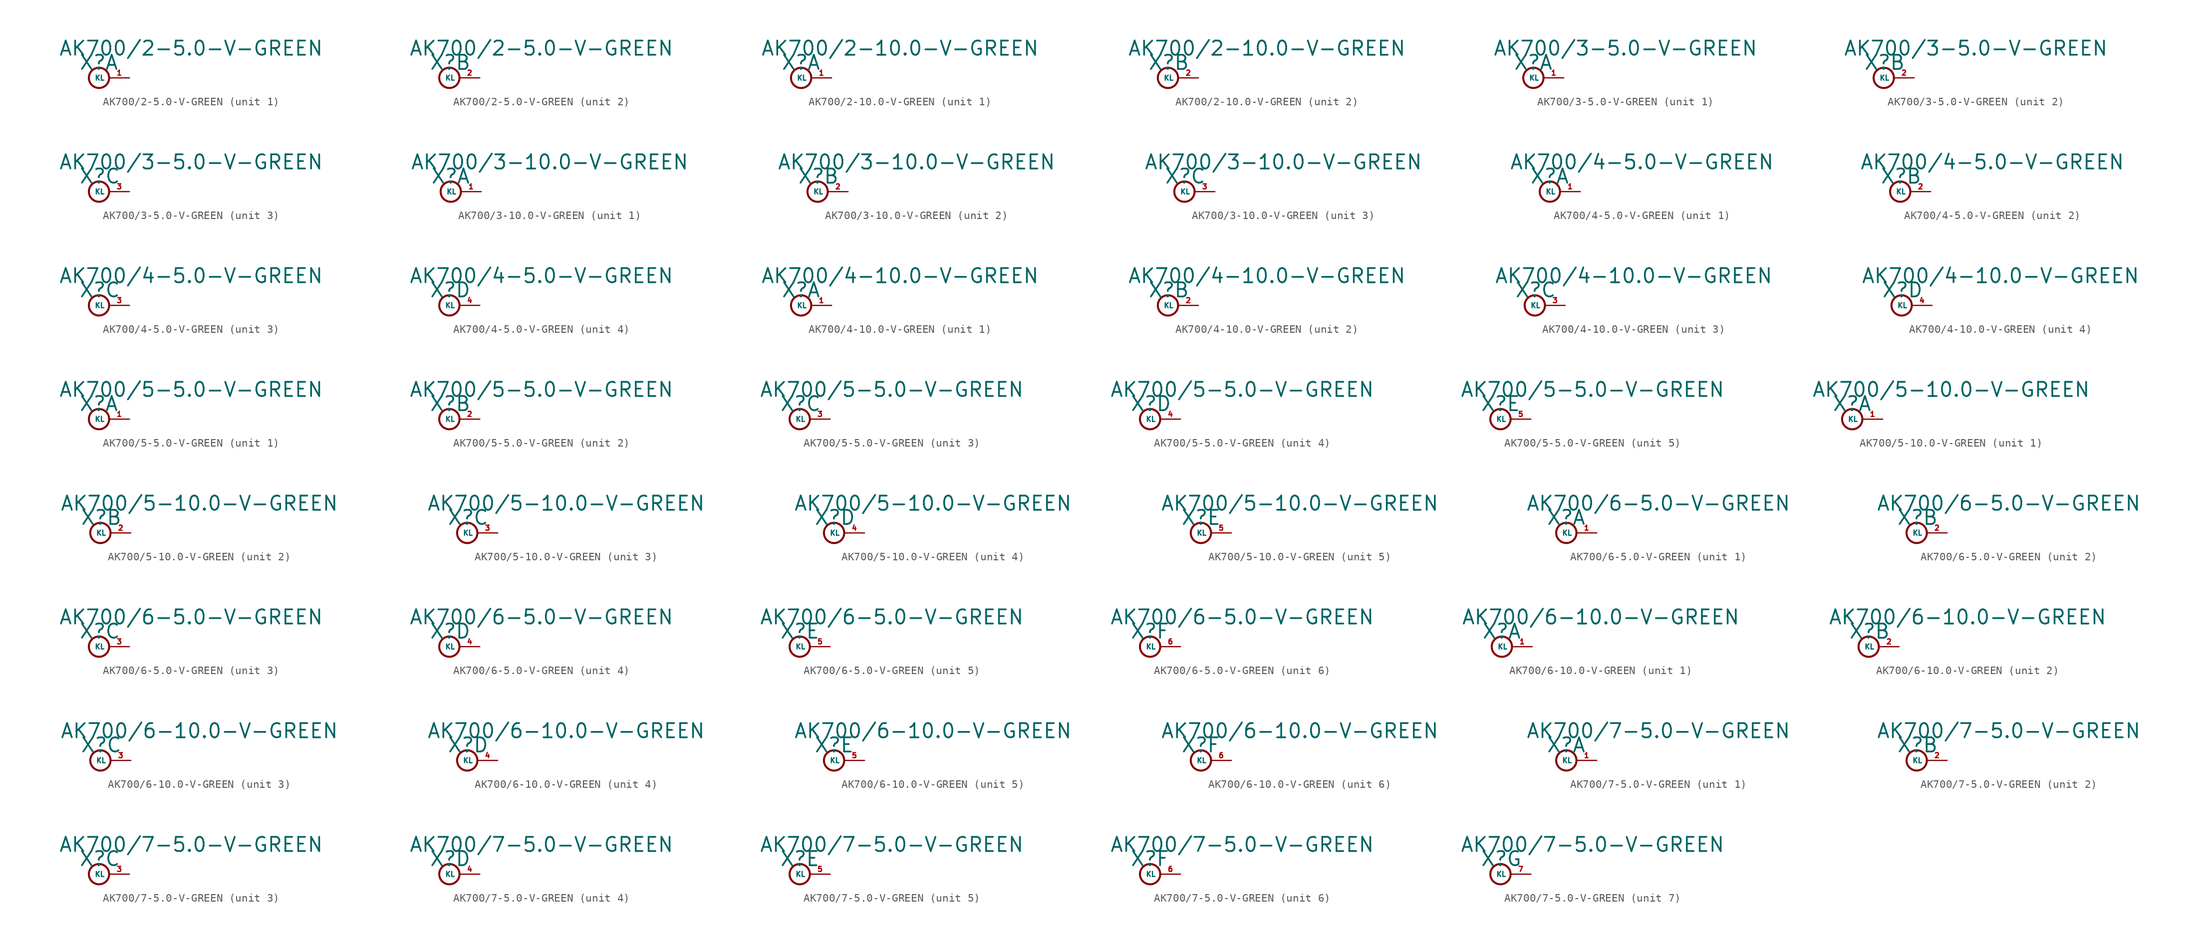
<source format=kicad_sym>
(kicad_symbol_lib
  (version 20220914)
  (generator Eagle2Kicad)
  (symbol "AK700/2-5.0-V-GREEN"
    (property "Reference" "X"
      (at -1.27 0.889 0)
      (effects (font (size 1.778 1.778) (thickness 0.22)) (justify left bottom)))
    (property "Value" "AK700/2-5.0-V-GREEN"
      (at -3.81 2.667 0)
      (effects (font (size 1.778 1.778) (thickness 0.22)) (justify left bottom)))
    (symbol "AK700/2-5.0-V-GREEN_1_0"
      (circle (center 1.27 0) (radius 1.27) (stroke (width 0.254) (type default)) (fill (type none)))
      (pin passive line (at 5.08 0 180) (length 2.54) (name "KL" (effects (font (size 0.635 0.635) (thickness 0.08)) (justify left bottom))) (number "1" (effects (font (size 0.635 0.635) (thickness 0.08)) (justify left bottom)))))
    (symbol "AK700/2-5.0-V-GREEN_2_0"
      (circle (center 1.27 0) (radius 1.27) (stroke (width 0.254) (type default)) (fill (type none)))
      (pin passive line (at 5.08 0 180) (length 2.54) (name "KL" (effects (font (size 0.635 0.635) (thickness 0.08)) (justify left bottom))) (number "2" (effects (font (size 0.635 0.635) (thickness 0.08)) (justify left bottom))))))
  (symbol "AK700/2-10.0-V-GREEN"
    (property "Reference" "X"
      (at -1.27 0.889 0)
      (effects (font (size 1.778 1.778) (thickness 0.22)) (justify left bottom)))
    (property "Value" "AK700/2-10.0-V-GREEN"
      (at -3.81 2.667 0)
      (effects (font (size 1.778 1.778) (thickness 0.22)) (justify left bottom)))
    (symbol "AK700/2-10.0-V-GREEN_1_0"
      (circle (center 1.27 0) (radius 1.27) (stroke (width 0.254) (type default)) (fill (type none)))
      (pin passive line (at 5.08 0 180) (length 2.54) (name "KL" (effects (font (size 0.635 0.635) (thickness 0.08)) (justify left bottom))) (number "1" (effects (font (size 0.635 0.635) (thickness 0.08)) (justify left bottom)))))
    (symbol "AK700/2-10.0-V-GREEN_2_0"
      (circle (center 1.27 0) (radius 1.27) (stroke (width 0.254) (type default)) (fill (type none)))
      (pin passive line (at 5.08 0 180) (length 2.54) (name "KL" (effects (font (size 0.635 0.635) (thickness 0.08)) (justify left bottom))) (number "2" (effects (font (size 0.635 0.635) (thickness 0.08)) (justify left bottom))))))
  (symbol "AK700/3-5.0-V-GREEN"
    (property "Reference" "X"
      (at -1.27 0.889 0)
      (effects (font (size 1.778 1.778) (thickness 0.22)) (justify left bottom)))
    (property "Value" "AK700/3-5.0-V-GREEN"
      (at -3.81 2.667 0)
      (effects (font (size 1.778 1.778) (thickness 0.22)) (justify left bottom)))
    (symbol "AK700/3-5.0-V-GREEN_1_0"
      (circle (center 1.27 0) (radius 1.27) (stroke (width 0.254) (type default)) (fill (type none)))
      (pin passive line (at 5.08 0 180) (length 2.54) (name "KL" (effects (font (size 0.635 0.635) (thickness 0.08)) (justify left bottom))) (number "1" (effects (font (size 0.635 0.635) (thickness 0.08)) (justify left bottom)))))
    (symbol "AK700/3-5.0-V-GREEN_2_0"
      (circle (center 1.27 0) (radius 1.27) (stroke (width 0.254) (type default)) (fill (type none)))
      (pin passive line (at 5.08 0 180) (length 2.54) (name "KL" (effects (font (size 0.635 0.635) (thickness 0.08)) (justify left bottom))) (number "2" (effects (font (size 0.635 0.635) (thickness 0.08)) (justify left bottom)))))
    (symbol "AK700/3-5.0-V-GREEN_3_0"
      (circle (center 1.27 0) (radius 1.27) (stroke (width 0.254) (type default)) (fill (type none)))
      (pin passive line (at 5.08 0 180) (length 2.54) (name "KL" (effects (font (size 0.635 0.635) (thickness 0.08)) (justify left bottom))) (number "3" (effects (font (size 0.635 0.635) (thickness 0.08)) (justify left bottom))))))
  (symbol "AK700/3-10.0-V-GREEN"
    (property "Reference" "X"
      (at -1.27 0.889 0)
      (effects (font (size 1.778 1.778) (thickness 0.22)) (justify left bottom)))
    (property "Value" "AK700/3-10.0-V-GREEN"
      (at -3.81 2.667 0)
      (effects (font (size 1.778 1.778) (thickness 0.22)) (justify left bottom)))
    (symbol "AK700/3-10.0-V-GREEN_1_0"
      (circle (center 1.27 0) (radius 1.27) (stroke (width 0.254) (type default)) (fill (type none)))
      (pin passive line (at 5.08 0 180) (length 2.54) (name "KL" (effects (font (size 0.635 0.635) (thickness 0.08)) (justify left bottom))) (number "1" (effects (font (size 0.635 0.635) (thickness 0.08)) (justify left bottom)))))
    (symbol "AK700/3-10.0-V-GREEN_2_0"
      (circle (center 1.27 0) (radius 1.27) (stroke (width 0.254) (type default)) (fill (type none)))
      (pin passive line (at 5.08 0 180) (length 2.54) (name "KL" (effects (font (size 0.635 0.635) (thickness 0.08)) (justify left bottom))) (number "2" (effects (font (size 0.635 0.635) (thickness 0.08)) (justify left bottom)))))
    (symbol "AK700/3-10.0-V-GREEN_3_0"
      (circle (center 1.27 0) (radius 1.27) (stroke (width 0.254) (type default)) (fill (type none)))
      (pin passive line (at 5.08 0 180) (length 2.54) (name "KL" (effects (font (size 0.635 0.635) (thickness 0.08)) (justify left bottom))) (number "3" (effects (font (size 0.635 0.635) (thickness 0.08)) (justify left bottom))))))
  (symbol "AK700/4-5.0-V-GREEN"
    (property "Reference" "X"
      (at -1.27 0.889 0)
      (effects (font (size 1.778 1.778) (thickness 0.22)) (justify left bottom)))
    (property "Value" "AK700/4-5.0-V-GREEN"
      (at -3.81 2.667 0)
      (effects (font (size 1.778 1.778) (thickness 0.22)) (justify left bottom)))
    (symbol "AK700/4-5.0-V-GREEN_1_0"
      (circle (center 1.27 0) (radius 1.27) (stroke (width 0.254) (type default)) (fill (type none)))
      (pin passive line (at 5.08 0 180) (length 2.54) (name "KL" (effects (font (size 0.635 0.635) (thickness 0.08)) (justify left bottom))) (number "1" (effects (font (size 0.635 0.635) (thickness 0.08)) (justify left bottom)))))
    (symbol "AK700/4-5.0-V-GREEN_2_0"
      (circle (center 1.27 0) (radius 1.27) (stroke (width 0.254) (type default)) (fill (type none)))
      (pin passive line (at 5.08 0 180) (length 2.54) (name "KL" (effects (font (size 0.635 0.635) (thickness 0.08)) (justify left bottom))) (number "2" (effects (font (size 0.635 0.635) (thickness 0.08)) (justify left bottom)))))
    (symbol "AK700/4-5.0-V-GREEN_3_0"
      (circle (center 1.27 0) (radius 1.27) (stroke (width 0.254) (type default)) (fill (type none)))
      (pin passive line (at 5.08 0 180) (length 2.54) (name "KL" (effects (font (size 0.635 0.635) (thickness 0.08)) (justify left bottom))) (number "3" (effects (font (size 0.635 0.635) (thickness 0.08)) (justify left bottom)))))
    (symbol "AK700/4-5.0-V-GREEN_4_0"
      (circle (center 1.27 0) (radius 1.27) (stroke (width 0.254) (type default)) (fill (type none)))
      (pin passive line (at 5.08 0 180) (length 2.54) (name "KL" (effects (font (size 0.635 0.635) (thickness 0.08)) (justify left bottom))) (number "4" (effects (font (size 0.635 0.635) (thickness 0.08)) (justify left bottom))))))
  (symbol "AK700/4-10.0-V-GREEN"
    (property "Reference" "X"
      (at -1.27 0.889 0)
      (effects (font (size 1.778 1.778) (thickness 0.22)) (justify left bottom)))
    (property "Value" "AK700/4-10.0-V-GREEN"
      (at -3.81 2.667 0)
      (effects (font (size 1.778 1.778) (thickness 0.22)) (justify left bottom)))
    (symbol "AK700/4-10.0-V-GREEN_1_0"
      (circle (center 1.27 0) (radius 1.27) (stroke (width 0.254) (type default)) (fill (type none)))
      (pin passive line (at 5.08 0 180) (length 2.54) (name "KL" (effects (font (size 0.635 0.635) (thickness 0.08)) (justify left bottom))) (number "1" (effects (font (size 0.635 0.635) (thickness 0.08)) (justify left bottom)))))
    (symbol "AK700/4-10.0-V-GREEN_2_0"
      (circle (center 1.27 0) (radius 1.27) (stroke (width 0.254) (type default)) (fill (type none)))
      (pin passive line (at 5.08 0 180) (length 2.54) (name "KL" (effects (font (size 0.635 0.635) (thickness 0.08)) (justify left bottom))) (number "2" (effects (font (size 0.635 0.635) (thickness 0.08)) (justify left bottom)))))
    (symbol "AK700/4-10.0-V-GREEN_3_0"
      (circle (center 1.27 0) (radius 1.27) (stroke (width 0.254) (type default)) (fill (type none)))
      (pin passive line (at 5.08 0 180) (length 2.54) (name "KL" (effects (font (size 0.635 0.635) (thickness 0.08)) (justify left bottom))) (number "3" (effects (font (size 0.635 0.635) (thickness 0.08)) (justify left bottom)))))
    (symbol "AK700/4-10.0-V-GREEN_4_0"
      (circle (center 1.27 0) (radius 1.27) (stroke (width 0.254) (type default)) (fill (type none)))
      (pin passive line (at 5.08 0 180) (length 2.54) (name "KL" (effects (font (size 0.635 0.635) (thickness 0.08)) (justify left bottom))) (number "4" (effects (font (size 0.635 0.635) (thickness 0.08)) (justify left bottom))))))
  (symbol "AK700/5-5.0-V-GREEN"
    (property "Reference" "X"
      (at -1.27 0.889 0)
      (effects (font (size 1.778 1.778) (thickness 0.22)) (justify left bottom)))
    (property "Value" "AK700/5-5.0-V-GREEN"
      (at -3.81 2.667 0)
      (effects (font (size 1.778 1.778) (thickness 0.22)) (justify left bottom)))
    (symbol "AK700/5-5.0-V-GREEN_1_0"
      (circle (center 1.27 0) (radius 1.27) (stroke (width 0.254) (type default)) (fill (type none)))
      (pin passive line (at 5.08 0 180) (length 2.54) (name "KL" (effects (font (size 0.635 0.635) (thickness 0.08)) (justify left bottom))) (number "1" (effects (font (size 0.635 0.635) (thickness 0.08)) (justify left bottom)))))
    (symbol "AK700/5-5.0-V-GREEN_2_0"
      (circle (center 1.27 0) (radius 1.27) (stroke (width 0.254) (type default)) (fill (type none)))
      (pin passive line (at 5.08 0 180) (length 2.54) (name "KL" (effects (font (size 0.635 0.635) (thickness 0.08)) (justify left bottom))) (number "2" (effects (font (size 0.635 0.635) (thickness 0.08)) (justify left bottom)))))
    (symbol "AK700/5-5.0-V-GREEN_3_0"
      (circle (center 1.27 0) (radius 1.27) (stroke (width 0.254) (type default)) (fill (type none)))
      (pin passive line (at 5.08 0 180) (length 2.54) (name "KL" (effects (font (size 0.635 0.635) (thickness 0.08)) (justify left bottom))) (number "3" (effects (font (size 0.635 0.635) (thickness 0.08)) (justify left bottom)))))
    (symbol "AK700/5-5.0-V-GREEN_4_0"
      (circle (center 1.27 0) (radius 1.27) (stroke (width 0.254) (type default)) (fill (type none)))
      (pin passive line (at 5.08 0 180) (length 2.54) (name "KL" (effects (font (size 0.635 0.635) (thickness 0.08)) (justify left bottom))) (number "4" (effects (font (size 0.635 0.635) (thickness 0.08)) (justify left bottom)))))
    (symbol "AK700/5-5.0-V-GREEN_5_0"
      (circle (center 1.27 0) (radius 1.27) (stroke (width 0.254) (type default)) (fill (type none)))
      (pin passive line (at 5.08 0 180) (length 2.54) (name "KL" (effects (font (size 0.635 0.635) (thickness 0.08)) (justify left bottom))) (number "5" (effects (font (size 0.635 0.635) (thickness 0.08)) (justify left bottom))))))
  (symbol "AK700/5-10.0-V-GREEN"
    (property "Reference" "X"
      (at -1.27 0.889 0)
      (effects (font (size 1.778 1.778) (thickness 0.22)) (justify left bottom)))
    (property "Value" "AK700/5-10.0-V-GREEN"
      (at -3.81 2.667 0)
      (effects (font (size 1.778 1.778) (thickness 0.22)) (justify left bottom)))
    (symbol "AK700/5-10.0-V-GREEN_1_0"
      (circle (center 1.27 0) (radius 1.27) (stroke (width 0.254) (type default)) (fill (type none)))
      (pin passive line (at 5.08 0 180) (length 2.54) (name "KL" (effects (font (size 0.635 0.635) (thickness 0.08)) (justify left bottom))) (number "1" (effects (font (size 0.635 0.635) (thickness 0.08)) (justify left bottom)))))
    (symbol "AK700/5-10.0-V-GREEN_2_0"
      (circle (center 1.27 0) (radius 1.27) (stroke (width 0.254) (type default)) (fill (type none)))
      (pin passive line (at 5.08 0 180) (length 2.54) (name "KL" (effects (font (size 0.635 0.635) (thickness 0.08)) (justify left bottom))) (number "2" (effects (font (size 0.635 0.635) (thickness 0.08)) (justify left bottom)))))
    (symbol "AK700/5-10.0-V-GREEN_3_0"
      (circle (center 1.27 0) (radius 1.27) (stroke (width 0.254) (type default)) (fill (type none)))
      (pin passive line (at 5.08 0 180) (length 2.54) (name "KL" (effects (font (size 0.635 0.635) (thickness 0.08)) (justify left bottom))) (number "3" (effects (font (size 0.635 0.635) (thickness 0.08)) (justify left bottom)))))
    (symbol "AK700/5-10.0-V-GREEN_4_0"
      (circle (center 1.27 0) (radius 1.27) (stroke (width 0.254) (type default)) (fill (type none)))
      (pin passive line (at 5.08 0 180) (length 2.54) (name "KL" (effects (font (size 0.635 0.635) (thickness 0.08)) (justify left bottom))) (number "4" (effects (font (size 0.635 0.635) (thickness 0.08)) (justify left bottom)))))
    (symbol "AK700/5-10.0-V-GREEN_5_0"
      (circle (center 1.27 0) (radius 1.27) (stroke (width 0.254) (type default)) (fill (type none)))
      (pin passive line (at 5.08 0 180) (length 2.54) (name "KL" (effects (font (size 0.635 0.635) (thickness 0.08)) (justify left bottom))) (number "5" (effects (font (size 0.635 0.635) (thickness 0.08)) (justify left bottom))))))
  (symbol "AK700/6-5.0-V-GREEN"
    (property "Reference" "X"
      (at -1.27 0.889 0)
      (effects (font (size 1.778 1.778) (thickness 0.22)) (justify left bottom)))
    (property "Value" "AK700/6-5.0-V-GREEN"
      (at -3.81 2.667 0)
      (effects (font (size 1.778 1.778) (thickness 0.22)) (justify left bottom)))
    (symbol "AK700/6-5.0-V-GREEN_1_0"
      (circle (center 1.27 0) (radius 1.27) (stroke (width 0.254) (type default)) (fill (type none)))
      (pin passive line (at 5.08 0 180) (length 2.54) (name "KL" (effects (font (size 0.635 0.635) (thickness 0.08)) (justify left bottom))) (number "1" (effects (font (size 0.635 0.635) (thickness 0.08)) (justify left bottom)))))
    (symbol "AK700/6-5.0-V-GREEN_2_0"
      (circle (center 1.27 0) (radius 1.27) (stroke (width 0.254) (type default)) (fill (type none)))
      (pin passive line (at 5.08 0 180) (length 2.54) (name "KL" (effects (font (size 0.635 0.635) (thickness 0.08)) (justify left bottom))) (number "2" (effects (font (size 0.635 0.635) (thickness 0.08)) (justify left bottom)))))
    (symbol "AK700/6-5.0-V-GREEN_3_0"
      (circle (center 1.27 0) (radius 1.27) (stroke (width 0.254) (type default)) (fill (type none)))
      (pin passive line (at 5.08 0 180) (length 2.54) (name "KL" (effects (font (size 0.635 0.635) (thickness 0.08)) (justify left bottom))) (number "3" (effects (font (size 0.635 0.635) (thickness 0.08)) (justify left bottom)))))
    (symbol "AK700/6-5.0-V-GREEN_4_0"
      (circle (center 1.27 0) (radius 1.27) (stroke (width 0.254) (type default)) (fill (type none)))
      (pin passive line (at 5.08 0 180) (length 2.54) (name "KL" (effects (font (size 0.635 0.635) (thickness 0.08)) (justify left bottom))) (number "4" (effects (font (size 0.635 0.635) (thickness 0.08)) (justify left bottom)))))
    (symbol "AK700/6-5.0-V-GREEN_5_0"
      (circle (center 1.27 0) (radius 1.27) (stroke (width 0.254) (type default)) (fill (type none)))
      (pin passive line (at 5.08 0 180) (length 2.54) (name "KL" (effects (font (size 0.635 0.635) (thickness 0.08)) (justify left bottom))) (number "5" (effects (font (size 0.635 0.635) (thickness 0.08)) (justify left bottom)))))
    (symbol "AK700/6-5.0-V-GREEN_6_0"
      (circle (center 1.27 0) (radius 1.27) (stroke (width 0.254) (type default)) (fill (type none)))
      (pin passive line (at 5.08 0 180) (length 2.54) (name "KL" (effects (font (size 0.635 0.635) (thickness 0.08)) (justify left bottom))) (number "6" (effects (font (size 0.635 0.635) (thickness 0.08)) (justify left bottom))))))
  (symbol "AK700/6-10.0-V-GREEN"
    (property "Reference" "X"
      (at -1.27 0.889 0)
      (effects (font (size 1.778 1.778) (thickness 0.22)) (justify left bottom)))
    (property "Value" "AK700/6-10.0-V-GREEN"
      (at -3.81 2.667 0)
      (effects (font (size 1.778 1.778) (thickness 0.22)) (justify left bottom)))
    (symbol "AK700/6-10.0-V-GREEN_1_0"
      (circle (center 1.27 0) (radius 1.27) (stroke (width 0.254) (type default)) (fill (type none)))
      (pin passive line (at 5.08 0 180) (length 2.54) (name "KL" (effects (font (size 0.635 0.635) (thickness 0.08)) (justify left bottom))) (number "1" (effects (font (size 0.635 0.635) (thickness 0.08)) (justify left bottom)))))
    (symbol "AK700/6-10.0-V-GREEN_2_0"
      (circle (center 1.27 0) (radius 1.27) (stroke (width 0.254) (type default)) (fill (type none)))
      (pin passive line (at 5.08 0 180) (length 2.54) (name "KL" (effects (font (size 0.635 0.635) (thickness 0.08)) (justify left bottom))) (number "2" (effects (font (size 0.635 0.635) (thickness 0.08)) (justify left bottom)))))
    (symbol "AK700/6-10.0-V-GREEN_3_0"
      (circle (center 1.27 0) (radius 1.27) (stroke (width 0.254) (type default)) (fill (type none)))
      (pin passive line (at 5.08 0 180) (length 2.54) (name "KL" (effects (font (size 0.635 0.635) (thickness 0.08)) (justify left bottom))) (number "3" (effects (font (size 0.635 0.635) (thickness 0.08)) (justify left bottom)))))
    (symbol "AK700/6-10.0-V-GREEN_4_0"
      (circle (center 1.27 0) (radius 1.27) (stroke (width 0.254) (type default)) (fill (type none)))
      (pin passive line (at 5.08 0 180) (length 2.54) (name "KL" (effects (font (size 0.635 0.635) (thickness 0.08)) (justify left bottom))) (number "4" (effects (font (size 0.635 0.635) (thickness 0.08)) (justify left bottom)))))
    (symbol "AK700/6-10.0-V-GREEN_5_0"
      (circle (center 1.27 0) (radius 1.27) (stroke (width 0.254) (type default)) (fill (type none)))
      (pin passive line (at 5.08 0 180) (length 2.54) (name "KL" (effects (font (size 0.635 0.635) (thickness 0.08)) (justify left bottom))) (number "5" (effects (font (size 0.635 0.635) (thickness 0.08)) (justify left bottom)))))
    (symbol "AK700/6-10.0-V-GREEN_6_0"
      (circle (center 1.27 0) (radius 1.27) (stroke (width 0.254) (type default)) (fill (type none)))
      (pin passive line (at 5.08 0 180) (length 2.54) (name "KL" (effects (font (size 0.635 0.635) (thickness 0.08)) (justify left bottom))) (number "6" (effects (font (size 0.635 0.635) (thickness 0.08)) (justify left bottom))))))
  (symbol "AK700/7-5.0-V-GREEN"
    (property "Reference" "X"
      (at -1.27 0.889 0)
      (effects (font (size 1.778 1.778) (thickness 0.22)) (justify left bottom)))
    (property "Value" "AK700/7-5.0-V-GREEN"
      (at -3.81 2.667 0)
      (effects (font (size 1.778 1.778) (thickness 0.22)) (justify left bottom)))
    (symbol "AK700/7-5.0-V-GREEN_1_0"
      (circle (center 1.27 0) (radius 1.27) (stroke (width 0.254) (type default)) (fill (type none)))
      (pin passive line (at 5.08 0 180) (length 2.54) (name "KL" (effects (font (size 0.635 0.635) (thickness 0.08)) (justify left bottom))) (number "1" (effects (font (size 0.635 0.635) (thickness 0.08)) (justify left bottom)))))
    (symbol "AK700/7-5.0-V-GREEN_2_0"
      (circle (center 1.27 0) (radius 1.27) (stroke (width 0.254) (type default)) (fill (type none)))
      (pin passive line (at 5.08 0 180) (length 2.54) (name "KL" (effects (font (size 0.635 0.635) (thickness 0.08)) (justify left bottom))) (number "2" (effects (font (size 0.635 0.635) (thickness 0.08)) (justify left bottom)))))
    (symbol "AK700/7-5.0-V-GREEN_3_0"
      (circle (center 1.27 0) (radius 1.27) (stroke (width 0.254) (type default)) (fill (type none)))
      (pin passive line (at 5.08 0 180) (length 2.54) (name "KL" (effects (font (size 0.635 0.635) (thickness 0.08)) (justify left bottom))) (number "3" (effects (font (size 0.635 0.635) (thickness 0.08)) (justify left bottom)))))
    (symbol "AK700/7-5.0-V-GREEN_4_0"
      (circle (center 1.27 0) (radius 1.27) (stroke (width 0.254) (type default)) (fill (type none)))
      (pin passive line (at 5.08 0 180) (length 2.54) (name "KL" (effects (font (size 0.635 0.635) (thickness 0.08)) (justify left bottom))) (number "4" (effects (font (size 0.635 0.635) (thickness 0.08)) (justify left bottom)))))
    (symbol "AK700/7-5.0-V-GREEN_5_0"
      (circle (center 1.27 0) (radius 1.27) (stroke (width 0.254) (type default)) (fill (type none)))
      (pin passive line (at 5.08 0 180) (length 2.54) (name "KL" (effects (font (size 0.635 0.635) (thickness 0.08)) (justify left bottom))) (number "5" (effects (font (size 0.635 0.635) (thickness 0.08)) (justify left bottom)))))
    (symbol "AK700/7-5.0-V-GREEN_6_0"
      (circle (center 1.27 0) (radius 1.27) (stroke (width 0.254) (type default)) (fill (type none)))
      (pin passive line (at 5.08 0 180) (length 2.54) (name "KL" (effects (font (size 0.635 0.635) (thickness 0.08)) (justify left bottom))) (number "6" (effects (font (size 0.635 0.635) (thickness 0.08)) (justify left bottom)))))
    (symbol "AK700/7-5.0-V-GREEN_7_0"
      (circle (center 1.27 0) (radius 1.27) (stroke (width 0.254) (type default)) (fill (type none)))
      (pin passive line (at 5.08 0 180) (length 2.54) (name "KL" (effects (font (size 0.635 0.635) (thickness 0.08)) (justify left bottom))) (number "7" (effects (font (size 0.635 0.635) (thickness 0.08)) (justify left bottom)))))))
</source>
